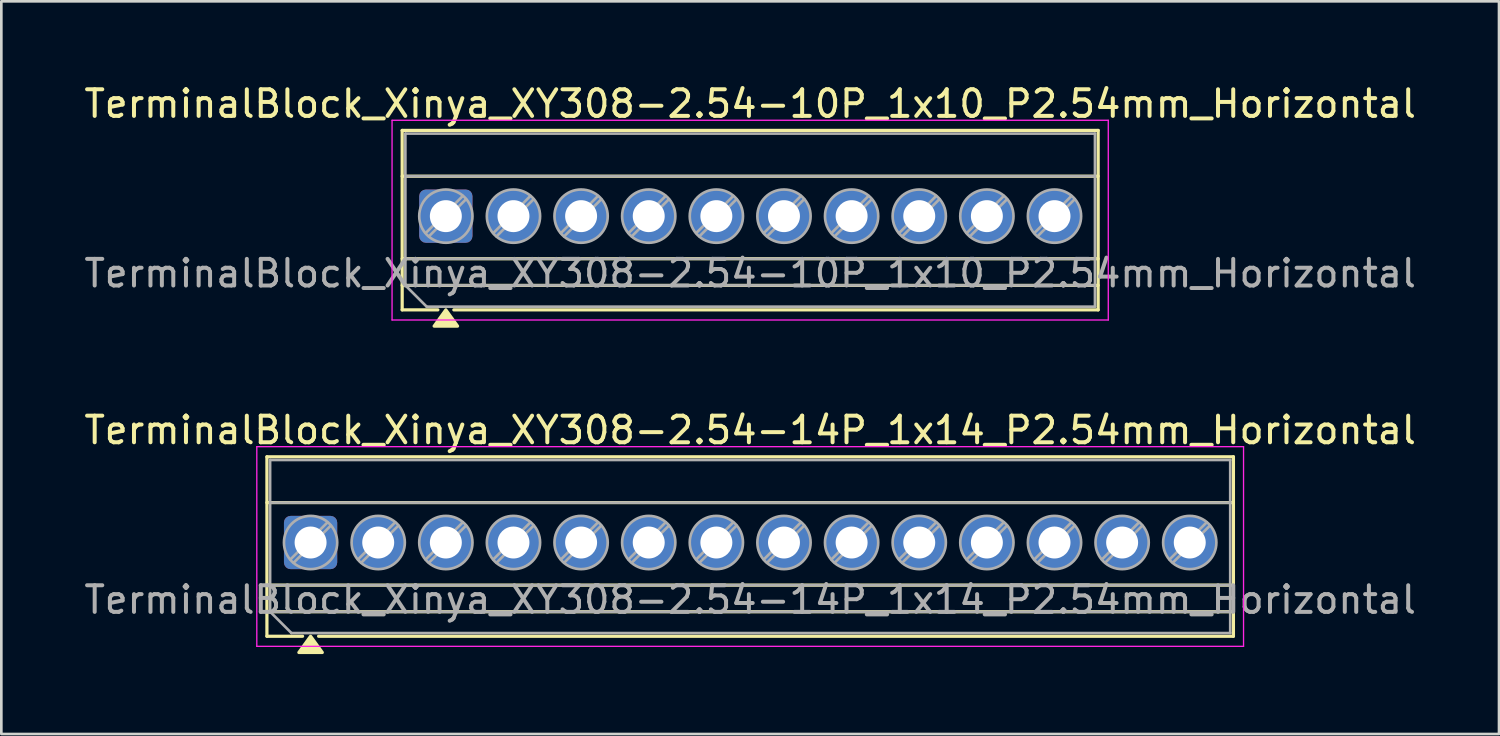
<source format=kicad_pcb>
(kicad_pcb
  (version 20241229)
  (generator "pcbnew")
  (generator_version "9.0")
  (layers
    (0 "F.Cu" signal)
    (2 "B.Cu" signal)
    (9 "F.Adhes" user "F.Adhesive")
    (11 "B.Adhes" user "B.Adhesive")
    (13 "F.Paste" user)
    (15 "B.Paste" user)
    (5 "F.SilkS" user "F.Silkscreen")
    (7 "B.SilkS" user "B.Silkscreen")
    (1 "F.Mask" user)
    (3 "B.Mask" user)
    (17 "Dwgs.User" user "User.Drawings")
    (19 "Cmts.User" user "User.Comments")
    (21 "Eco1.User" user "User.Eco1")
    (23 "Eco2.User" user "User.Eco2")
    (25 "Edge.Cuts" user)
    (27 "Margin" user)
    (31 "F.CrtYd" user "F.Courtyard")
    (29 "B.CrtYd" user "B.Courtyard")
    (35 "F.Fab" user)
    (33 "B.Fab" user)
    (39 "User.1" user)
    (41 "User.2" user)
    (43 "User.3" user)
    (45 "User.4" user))
  (footprint "TerminalBlock_Xinya_XY308-2.54-10P_1x10_P2.54mm_Horizontal"
    (layer "F.Cu")
    (at 13.695 5.068)
    (property "Reference" "TerminalBlock_Xinya_XY308-2.54-10P_1x10_P2.54mm_Horizontal" (at 11.43 -4.22 0) (layer "F.SilkS") (effects (font (size 1 1) (thickness 0.15))))
    (attr through_hole)
    (fp_line (start -1.64 -3.22) (end 24.5 -3.22) (stroke (width 0.12) (type solid)) (layer "F.SilkS"))
    (fp_line (start -1.64 -1.5) (end 24.5 -1.5) (stroke (width 0.12) (type solid)) (layer "F.SilkS"))
    (fp_line (start -1.64 1.6) (end 24.5 1.6) (stroke (width 0.12) (type solid)) (layer "F.SilkS"))
    (fp_line (start -1.64 2.6) (end 24.5 2.6) (stroke (width 0.12) (type solid)) (layer "F.SilkS"))
    (fp_line (start -1.64 3.52) (end -1.64 -3.22) (stroke (width 0.12) (type solid)) (layer "F.SilkS"))
    (fp_line (start -0.3 3.52) (end -1.64 3.52) (stroke (width 0.12) (type solid)) (layer "F.SilkS"))
    (fp_line (start 24.5 -3.22) (end 24.5 3.52) (stroke (width 0.12) (type solid)) (layer "F.SilkS"))
    (fp_line (start 24.5 3.52) (end 0.3 3.52) (stroke (width 0.12) (type solid)) (layer "F.SilkS"))
    (fp_poly (pts (xy 0 3.52) (xy 0.44 4.13) (xy -0.44 4.13)) (stroke (width 0.12) (type solid)) (fill yes) (layer "F.SilkS"))
    (fp_line (start -2.02 -3.6) (end -2.02 3.9) (stroke (width 0.05) (type solid)) (layer "F.CrtYd"))
    (fp_line (start -2.02 3.9) (end 24.88 3.9) (stroke (width 0.05) (type solid)) (layer "F.CrtYd"))
    (fp_line (start 24.88 -3.6) (end -2.02 -3.6) (stroke (width 0.05) (type solid)) (layer "F.CrtYd"))
    (fp_line (start 24.88 3.9) (end 24.88 -3.6) (stroke (width 0.05) (type solid)) (layer "F.CrtYd"))
    (fp_line (start -1.52 -3.1) (end 24.38 -3.1) (stroke (width 0.1) (type solid)) (layer "F.Fab"))
    (fp_line (start -1.52 -1.5) (end 24.38 -1.5) (stroke (width 0.1) (type solid)) (layer "F.Fab"))
    (fp_line (start -1.52 1.6) (end 24.38 1.6) (stroke (width 0.1) (type solid)) (layer "F.Fab"))
    (fp_line (start -1.52 2.6) (end -1.52 -3.1) (stroke (width 0.1) (type solid)) (layer "F.Fab"))
    (fp_line (start -1.52 2.6) (end 24.38 2.6) (stroke (width 0.1) (type solid)) (layer "F.Fab"))
    (fp_line (start -0.72 3.4) (end -1.52 2.6) (stroke (width 0.1) (type solid)) (layer "F.Fab"))
    (fp_line (start 0.636 -0.758) (end -0.758 0.636) (stroke (width 0.1) (type solid)) (layer "F.Fab"))
    (fp_line (start 0.758 -0.636) (end -0.636 0.758) (stroke (width 0.1) (type solid)) (layer "F.Fab"))
    (fp_line (start 3.176 -0.758) (end 1.782 0.636) (stroke (width 0.1) (type solid)) (layer "F.Fab"))
    (fp_line (start 3.298 -0.636) (end 1.904 0.758) (stroke (width 0.1) (type solid)) (layer "F.Fab"))
    (fp_line (start 5.716 -0.758) (end 4.322 0.636) (stroke (width 0.1) (type solid)) (layer "F.Fab"))
    (fp_line (start 5.838 -0.636) (end 4.444 0.758) (stroke (width 0.1) (type solid)) (layer "F.Fab"))
    (fp_line (start 8.256 -0.758) (end 6.862 0.636) (stroke (width 0.1) (type solid)) (layer "F.Fab"))
    (fp_line (start 8.378 -0.636) (end 6.984 0.758) (stroke (width 0.1) (type solid)) (layer "F.Fab"))
    (fp_line (start 10.796 -0.758) (end 9.402 0.636) (stroke (width 0.1) (type solid)) (layer "F.Fab"))
    (fp_line (start 10.918 -0.636) (end 9.524 0.758) (stroke (width 0.1) (type solid)) (layer "F.Fab"))
    (fp_line (start 13.336 -0.758) (end 11.942 0.636) (stroke (width 0.1) (type solid)) (layer "F.Fab"))
    (fp_line (start 13.458 -0.636) (end 12.064 0.758) (stroke (width 0.1) (type solid)) (layer "F.Fab"))
    (fp_line (start 15.876 -0.758) (end 14.482 0.636) (stroke (width 0.1) (type solid)) (layer "F.Fab"))
    (fp_line (start 15.998 -0.636) (end 14.604 0.758) (stroke (width 0.1) (type solid)) (layer "F.Fab"))
    (fp_line (start 18.416 -0.758) (end 17.022 0.636) (stroke (width 0.1) (type solid)) (layer "F.Fab"))
    (fp_line (start 18.538 -0.636) (end 17.144 0.758) (stroke (width 0.1) (type solid)) (layer "F.Fab"))
    (fp_line (start 20.956 -0.758) (end 19.562 0.636) (stroke (width 0.1) (type solid)) (layer "F.Fab"))
    (fp_line (start 21.078 -0.636) (end 19.684 0.758) (stroke (width 0.1) (type solid)) (layer "F.Fab"))
    (fp_line (start 23.496 -0.758) (end 22.102 0.636) (stroke (width 0.1) (type solid)) (layer "F.Fab"))
    (fp_line (start 23.618 -0.636) (end 22.224 0.758) (stroke (width 0.1) (type solid)) (layer "F.Fab"))
    (fp_line (start 24.38 -3.1) (end 24.38 3.4) (stroke (width 0.1) (type solid)) (layer "F.Fab"))
    (fp_line (start 24.38 3.4) (end -0.72 3.4) (stroke (width 0.1) (type solid)) (layer "F.Fab"))
    (fp_circle (center 0 0) (end 1 0) (stroke (width 0.1) (type solid)) (fill no) (layer "F.Fab"))
    (fp_circle (center 2.54 0) (end 3.54 0) (stroke (width 0.1) (type solid)) (fill no) (layer "F.Fab"))
    (fp_circle (center 5.08 0) (end 6.08 0) (stroke (width 0.1) (type solid)) (fill no) (layer "F.Fab"))
    (fp_circle (center 7.62 0) (end 8.62 0) (stroke (width 0.1) (type solid)) (fill no) (layer "F.Fab"))
    (fp_circle (center 10.16 0) (end 11.16 0) (stroke (width 0.1) (type solid)) (fill no) (layer "F.Fab"))
    (fp_circle (center 12.7 0) (end 13.7 0) (stroke (width 0.1) (type solid)) (fill no) (layer "F.Fab"))
    (fp_circle (center 15.24 0) (end 16.24 0) (stroke (width 0.1) (type solid)) (fill no) (layer "F.Fab"))
    (fp_circle (center 17.78 0) (end 18.78 0) (stroke (width 0.1) (type solid)) (fill no) (layer "F.Fab"))
    (fp_circle (center 20.32 0) (end 21.32 0) (stroke (width 0.1) (type solid)) (fill no) (layer "F.Fab"))
    (fp_circle (center 22.86 0) (end 23.86 0) (stroke (width 0.1) (type solid)) (fill no) (layer "F.Fab"))
    (fp_text user "${REFERENCE}" (at 11.43 2.15 0) (layer "F.Fab") (effects (font (size 1 1) (thickness 0.15))))
    (pad "1" thru_hole roundrect (at 0 0) (size 2 2) (drill 1.2) (layers "*.Cu" "*.Mask") (roundrect_rratio 0.125))
    (pad "2" thru_hole circle (at 2.54 0) (size 2 2) (drill 1.2) (layers "*.Cu" "*.Mask"))
    (pad "3" thru_hole circle (at 5.08 0) (size 2 2) (drill 1.2) (layers "*.Cu" "*.Mask"))
    (pad "4" thru_hole circle (at 7.62 0) (size 2 2) (drill 1.2) (layers "*.Cu" "*.Mask"))
    (pad "5" thru_hole circle (at 10.16 0) (size 2 2) (drill 1.2) (layers "*.Cu" "*.Mask"))
    (pad "6" thru_hole circle (at 12.7 0) (size 2 2) (drill 1.2) (layers "*.Cu" "*.Mask"))
    (pad "7" thru_hole circle (at 15.24 0) (size 2 2) (drill 1.2) (layers "*.Cu" "*.Mask"))
    (pad "8" thru_hole circle (at 17.78 0) (size 2 2) (drill 1.2) (layers "*.Cu" "*.Mask"))
    (pad "9" thru_hole circle (at 20.32 0) (size 2 2) (drill 1.2) (layers "*.Cu" "*.Mask"))
    (pad "10" thru_hole circle (at 22.86 0) (size 2 2) (drill 1.2) (layers "*.Cu" "*.Mask")))
  (footprint "TerminalBlock_Xinya_XY308-2.54-14P_1x14_P2.54mm_Horizontal"
    (layer "F.Cu")
    (at 8.615 17.326)
    (property "Reference" "TerminalBlock_Xinya_XY308-2.54-14P_1x14_P2.54mm_Horizontal" (at 16.51 -4.22 0) (layer "F.SilkS") (effects (font (size 1 1) (thickness 0.15))))
    (attr through_hole)
    (fp_line (start -1.64 -3.22) (end 34.66 -3.22) (stroke (width 0.12) (type solid)) (layer "F.SilkS"))
    (fp_line (start -1.64 -1.5) (end 34.66 -1.5) (stroke (width 0.12) (type solid)) (layer "F.SilkS"))
    (fp_line (start -1.64 1.6) (end 34.66 1.6) (stroke (width 0.12) (type solid)) (layer "F.SilkS"))
    (fp_line (start -1.64 2.6) (end 34.66 2.6) (stroke (width 0.12) (type solid)) (layer "F.SilkS"))
    (fp_line (start -1.64 3.52) (end -1.64 -3.22) (stroke (width 0.12) (type solid)) (layer "F.SilkS"))
    (fp_line (start -0.3 3.52) (end -1.64 3.52) (stroke (width 0.12) (type solid)) (layer "F.SilkS"))
    (fp_line (start 34.66 -3.22) (end 34.66 3.52) (stroke (width 0.12) (type solid)) (layer "F.SilkS"))
    (fp_line (start 34.66 3.52) (end 0.3 3.52) (stroke (width 0.12) (type solid)) (layer "F.SilkS"))
    (fp_poly (pts (xy 0 3.52) (xy 0.44 4.13) (xy -0.44 4.13)) (stroke (width 0.12) (type solid)) (fill yes) (layer "F.SilkS"))
    (fp_line (start -2.02 -3.6) (end -2.02 3.9) (stroke (width 0.05) (type solid)) (layer "F.CrtYd"))
    (fp_line (start -2.02 3.9) (end 35.04 3.9) (stroke (width 0.05) (type solid)) (layer "F.CrtYd"))
    (fp_line (start 35.04 -3.6) (end -2.02 -3.6) (stroke (width 0.05) (type solid)) (layer "F.CrtYd"))
    (fp_line (start 35.04 3.9) (end 35.04 -3.6) (stroke (width 0.05) (type solid)) (layer "F.CrtYd"))
    (fp_line (start -1.52 -3.1) (end 34.54 -3.1) (stroke (width 0.1) (type solid)) (layer "F.Fab"))
    (fp_line (start -1.52 -1.5) (end 34.54 -1.5) (stroke (width 0.1) (type solid)) (layer "F.Fab"))
    (fp_line (start -1.52 1.6) (end 34.54 1.6) (stroke (width 0.1) (type solid)) (layer "F.Fab"))
    (fp_line (start -1.52 2.6) (end -1.52 -3.1) (stroke (width 0.1) (type solid)) (layer "F.Fab"))
    (fp_line (start -1.52 2.6) (end 34.54 2.6) (stroke (width 0.1) (type solid)) (layer "F.Fab"))
    (fp_line (start -0.72 3.4) (end -1.52 2.6) (stroke (width 0.1) (type solid)) (layer "F.Fab"))
    (fp_line (start 0.636 -0.758) (end -0.758 0.636) (stroke (width 0.1) (type solid)) (layer "F.Fab"))
    (fp_line (start 0.758 -0.636) (end -0.636 0.758) (stroke (width 0.1) (type solid)) (layer "F.Fab"))
    (fp_line (start 3.176 -0.758) (end 1.782 0.636) (stroke (width 0.1) (type solid)) (layer "F.Fab"))
    (fp_line (start 3.298 -0.636) (end 1.904 0.758) (stroke (width 0.1) (type solid)) (layer "F.Fab"))
    (fp_line (start 5.716 -0.758) (end 4.322 0.636) (stroke (width 0.1) (type solid)) (layer "F.Fab"))
    (fp_line (start 5.838 -0.636) (end 4.444 0.758) (stroke (width 0.1) (type solid)) (layer "F.Fab"))
    (fp_line (start 8.256 -0.758) (end 6.862 0.636) (stroke (width 0.1) (type solid)) (layer "F.Fab"))
    (fp_line (start 8.378 -0.636) (end 6.984 0.758) (stroke (width 0.1) (type solid)) (layer "F.Fab"))
    (fp_line (start 10.796 -0.758) (end 9.402 0.636) (stroke (width 0.1) (type solid)) (layer "F.Fab"))
    (fp_line (start 10.918 -0.636) (end 9.524 0.758) (stroke (width 0.1) (type solid)) (layer "F.Fab"))
    (fp_line (start 13.336 -0.758) (end 11.942 0.636) (stroke (width 0.1) (type solid)) (layer "F.Fab"))
    (fp_line (start 13.458 -0.636) (end 12.064 0.758) (stroke (width 0.1) (type solid)) (layer "F.Fab"))
    (fp_line (start 15.876 -0.758) (end 14.482 0.636) (stroke (width 0.1) (type solid)) (layer "F.Fab"))
    (fp_line (start 15.998 -0.636) (end 14.604 0.758) (stroke (width 0.1) (type solid)) (layer "F.Fab"))
    (fp_line (start 18.416 -0.758) (end 17.022 0.636) (stroke (width 0.1) (type solid)) (layer "F.Fab"))
    (fp_line (start 18.538 -0.636) (end 17.144 0.758) (stroke (width 0.1) (type solid)) (layer "F.Fab"))
    (fp_line (start 20.956 -0.758) (end 19.562 0.636) (stroke (width 0.1) (type solid)) (layer "F.Fab"))
    (fp_line (start 21.078 -0.636) (end 19.684 0.758) (stroke (width 0.1) (type solid)) (layer "F.Fab"))
    (fp_line (start 23.496 -0.758) (end 22.102 0.636) (stroke (width 0.1) (type solid)) (layer "F.Fab"))
    (fp_line (start 23.618 -0.636) (end 22.224 0.758) (stroke (width 0.1) (type solid)) (layer "F.Fab"))
    (fp_line (start 26.036 -0.758) (end 24.642 0.636) (stroke (width 0.1) (type solid)) (layer "F.Fab"))
    (fp_line (start 26.158 -0.636) (end 24.764 0.758) (stroke (width 0.1) (type solid)) (layer "F.Fab"))
    (fp_line (start 28.576 -0.758) (end 27.182 0.636) (stroke (width 0.1) (type solid)) (layer "F.Fab"))
    (fp_line (start 28.698 -0.636) (end 27.304 0.758) (stroke (width 0.1) (type solid)) (layer "F.Fab"))
    (fp_line (start 31.116 -0.758) (end 29.722 0.636) (stroke (width 0.1) (type solid)) (layer "F.Fab"))
    (fp_line (start 31.238 -0.636) (end 29.844 0.758) (stroke (width 0.1) (type solid)) (layer "F.Fab"))
    (fp_line (start 33.656 -0.758) (end 32.262 0.636) (stroke (width 0.1) (type solid)) (layer "F.Fab"))
    (fp_line (start 33.778 -0.636) (end 32.384 0.758) (stroke (width 0.1) (type solid)) (layer "F.Fab"))
    (fp_line (start 34.54 -3.1) (end 34.54 3.4) (stroke (width 0.1) (type solid)) (layer "F.Fab"))
    (fp_line (start 34.54 3.4) (end -0.72 3.4) (stroke (width 0.1) (type solid)) (layer "F.Fab"))
    (fp_circle (center 0 0) (end 1 0) (stroke (width 0.1) (type solid)) (fill no) (layer "F.Fab"))
    (fp_circle (center 2.54 0) (end 3.54 0) (stroke (width 0.1) (type solid)) (fill no) (layer "F.Fab"))
    (fp_circle (center 5.08 0) (end 6.08 0) (stroke (width 0.1) (type solid)) (fill no) (layer "F.Fab"))
    (fp_circle (center 7.62 0) (end 8.62 0) (stroke (width 0.1) (type solid)) (fill no) (layer "F.Fab"))
    (fp_circle (center 10.16 0) (end 11.16 0) (stroke (width 0.1) (type solid)) (fill no) (layer "F.Fab"))
    (fp_circle (center 12.7 0) (end 13.7 0) (stroke (width 0.1) (type solid)) (fill no) (layer "F.Fab"))
    (fp_circle (center 15.24 0) (end 16.24 0) (stroke (width 0.1) (type solid)) (fill no) (layer "F.Fab"))
    (fp_circle (center 17.78 0) (end 18.78 0) (stroke (width 0.1) (type solid)) (fill no) (layer "F.Fab"))
    (fp_circle (center 20.32 0) (end 21.32 0) (stroke (width 0.1) (type solid)) (fill no) (layer "F.Fab"))
    (fp_circle (center 22.86 0) (end 23.86 0) (stroke (width 0.1) (type solid)) (fill no) (layer "F.Fab"))
    (fp_circle (center 25.4 0) (end 26.4 0) (stroke (width 0.1) (type solid)) (fill no) (layer "F.Fab"))
    (fp_circle (center 27.94 0) (end 28.94 0) (stroke (width 0.1) (type solid)) (fill no) (layer "F.Fab"))
    (fp_circle (center 30.48 0) (end 31.48 0) (stroke (width 0.1) (type solid)) (fill no) (layer "F.Fab"))
    (fp_circle (center 33.02 0) (end 34.02 0) (stroke (width 0.1) (type solid)) (fill no) (layer "F.Fab"))
    (fp_text user "${REFERENCE}" (at 16.51 2.15 0) (layer "F.Fab") (effects (font (size 1 1) (thickness 0.15))))
    (pad "1" thru_hole roundrect (at 0 0) (size 2 2) (drill 1.2) (layers "*.Cu" "*.Mask") (roundrect_rratio 0.125))
    (pad "2" thru_hole circle (at 2.54 0) (size 2 2) (drill 1.2) (layers "*.Cu" "*.Mask"))
    (pad "3" thru_hole circle (at 5.08 0) (size 2 2) (drill 1.2) (layers "*.Cu" "*.Mask"))
    (pad "4" thru_hole circle (at 7.62 0) (size 2 2) (drill 1.2) (layers "*.Cu" "*.Mask"))
    (pad "5" thru_hole circle (at 10.16 0) (size 2 2) (drill 1.2) (layers "*.Cu" "*.Mask"))
    (pad "6" thru_hole circle (at 12.7 0) (size 2 2) (drill 1.2) (layers "*.Cu" "*.Mask"))
    (pad "7" thru_hole circle (at 15.24 0) (size 2 2) (drill 1.2) (layers "*.Cu" "*.Mask"))
    (pad "8" thru_hole circle (at 17.78 0) (size 2 2) (drill 1.2) (layers "*.Cu" "*.Mask"))
    (pad "9" thru_hole circle (at 20.32 0) (size 2 2) (drill 1.2) (layers "*.Cu" "*.Mask"))
    (pad "10" thru_hole circle (at 22.86 0) (size 2 2) (drill 1.2) (layers "*.Cu" "*.Mask"))
    (pad "11" thru_hole circle (at 25.4 0) (size 2 2) (drill 1.2) (layers "*.Cu" "*.Mask"))
    (pad "12" thru_hole circle (at 27.94 0) (size 2 2) (drill 1.2) (layers "*.Cu" "*.Mask"))
    (pad "13" thru_hole circle (at 30.48 0) (size 2 2) (drill 1.2) (layers "*.Cu" "*.Mask"))
    (pad "14" thru_hole circle (at 33.02 0) (size 2 2) (drill 1.2) (layers "*.Cu" "*.Mask")))
  (gr_rect
    (start -3 -3)
    (end 53.25 24.517)
    (stroke (width 0.1) (type default))
    (fill no)
    (layer "Edge.Cuts")))
</source>
